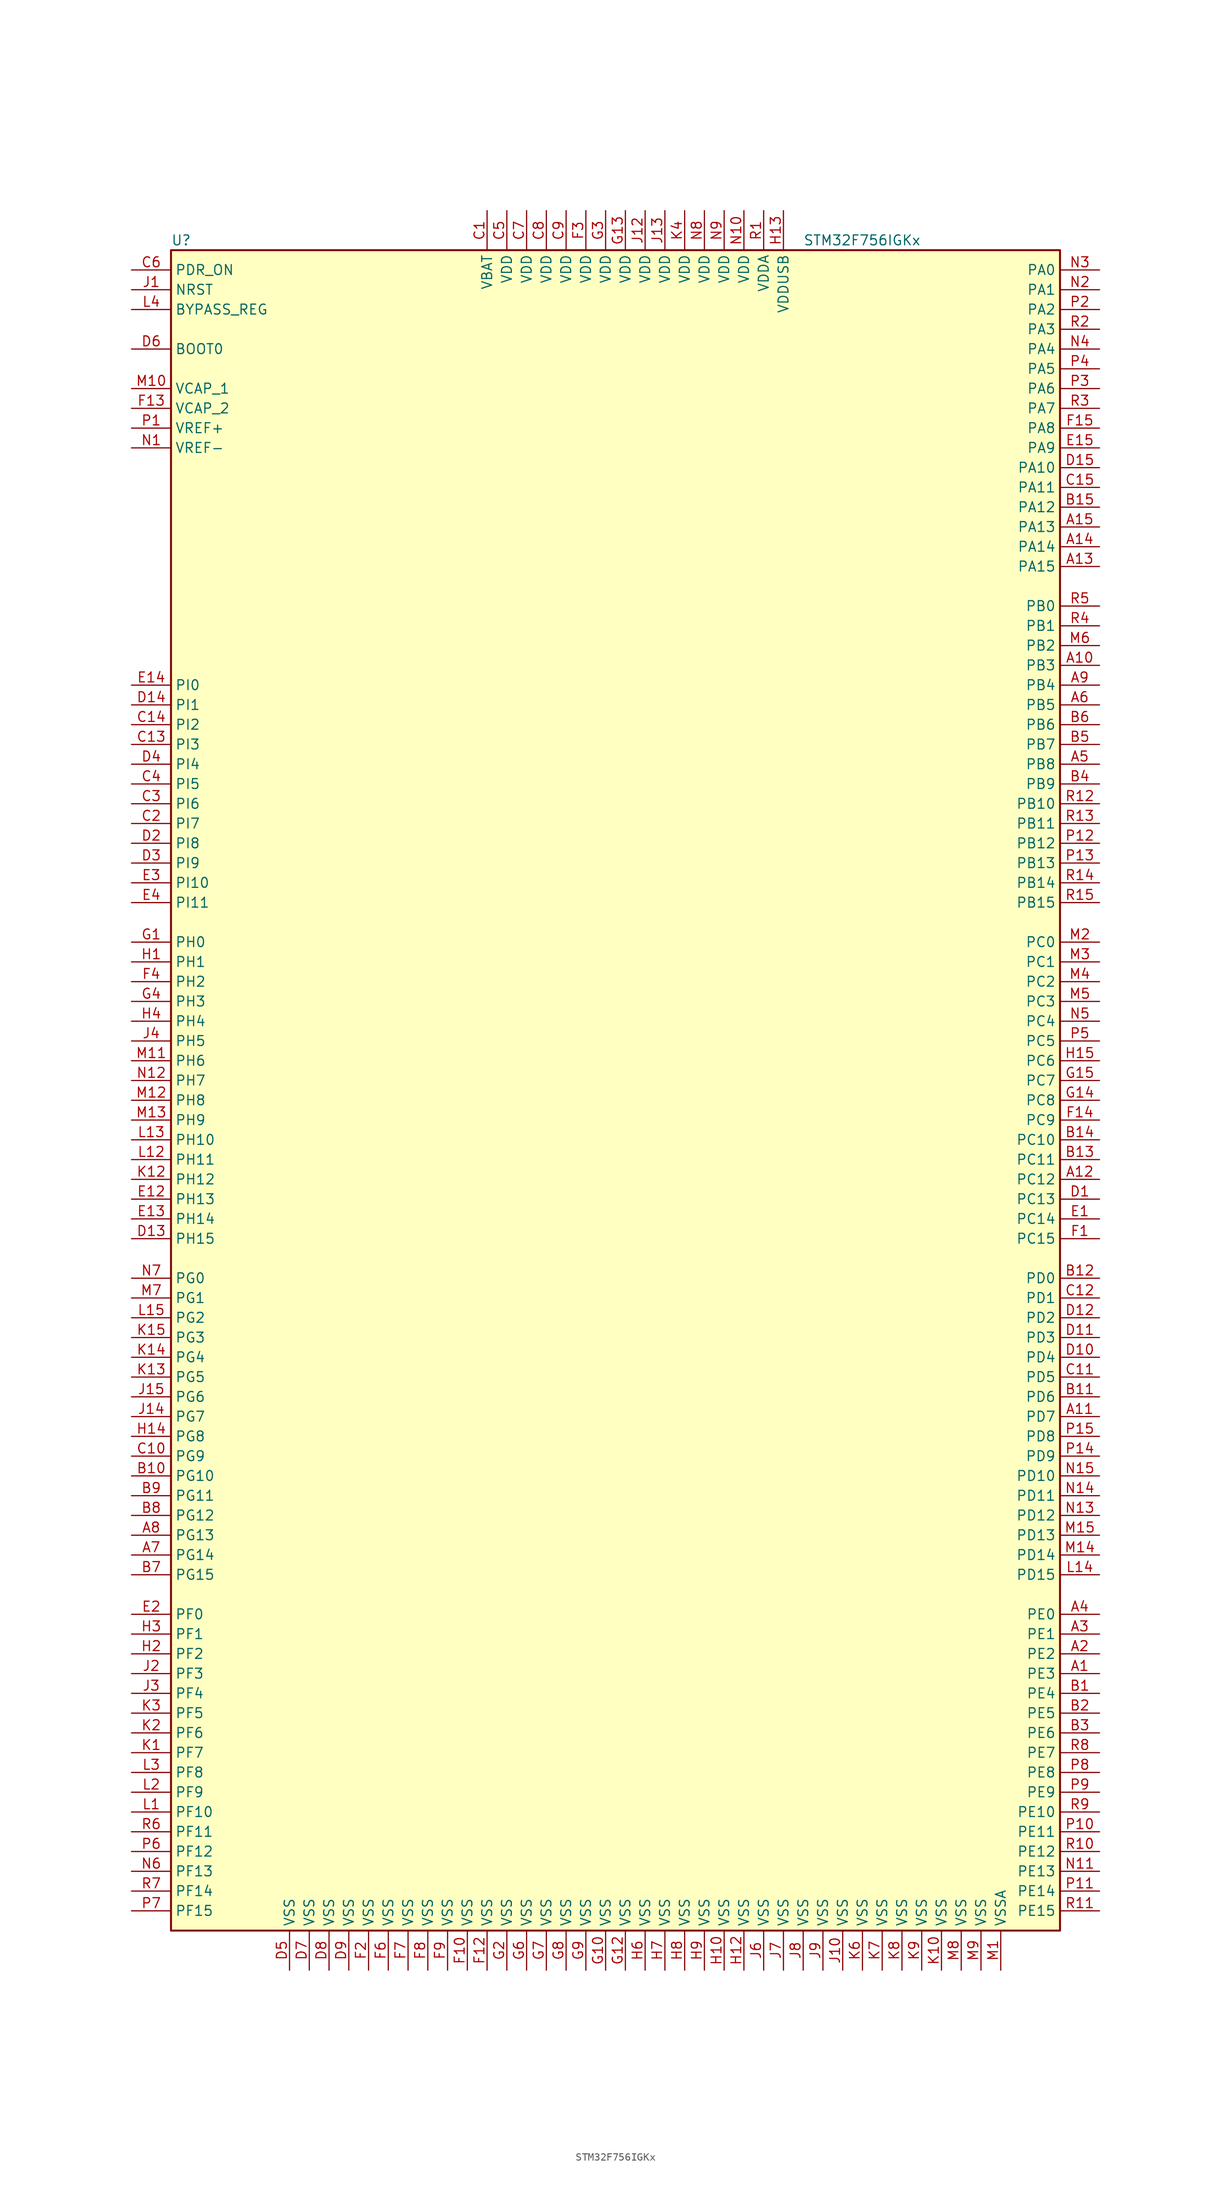
<source format=kicad_sym>
(kicad_symbol_lib
  (version 20220914)
  (generator kicad_symbol_editor)
  (symbol "STM32F756IGKx"
    (property "Reference" "U"
      (at -58.42 107.95 0)
      (effects (font (size 1.27 1.27)) (justify left)))
    (property "Value" "STM32F756IGKx"
      (at 22.86 107.95 0)
      (effects (font (size 1.27 1.27)) (justify left)))
    (symbol "STM32F756IGKx_0_1"
      (rectangle (start -58.42 -109.22) (end 55.88 106.68) (stroke (width 0.254) (type default)) (fill (type background))))
    (symbol "STM32F756IGKx_1_1"
      (pin bidirectional line (at 60.96 -76.2 180) (length 5.08) (name "PE3" (effects (font (size 1.27 1.27)))) (number "A1" (effects (font (size 1.27 1.27)))))
      (pin bidirectional line (at 60.96 53.34 180) (length 5.08) (name "PB3" (effects (font (size 1.27 1.27)))) (number "A10" (effects (font (size 1.27 1.27)))))
      (pin bidirectional line (at 60.96 -43.18 180) (length 5.08) (name "PD7" (effects (font (size 1.27 1.27)))) (number "A11" (effects (font (size 1.27 1.27)))))
      (pin bidirectional line (at 60.96 -12.7 180) (length 5.08) (name "PC12" (effects (font (size 1.27 1.27)))) (number "A12" (effects (font (size 1.27 1.27)))))
      (pin bidirectional line (at 60.96 66.04 180) (length 5.08) (name "PA15" (effects (font (size 1.27 1.27)))) (number "A13" (effects (font (size 1.27 1.27)))))
      (pin bidirectional line (at 60.96 68.58 180) (length 5.08) (name "PA14" (effects (font (size 1.27 1.27)))) (number "A14" (effects (font (size 1.27 1.27)))))
      (pin bidirectional line (at 60.96 71.12 180) (length 5.08) (name "PA13" (effects (font (size 1.27 1.27)))) (number "A15" (effects (font (size 1.27 1.27)))))
      (pin bidirectional line (at 60.96 -73.66 180) (length 5.08) (name "PE2" (effects (font (size 1.27 1.27)))) (number "A2" (effects (font (size 1.27 1.27)))))
      (pin bidirectional line (at 60.96 -71.12 180) (length 5.08) (name "PE1" (effects (font (size 1.27 1.27)))) (number "A3" (effects (font (size 1.27 1.27)))))
      (pin bidirectional line (at 60.96 -68.58 180) (length 5.08) (name "PE0" (effects (font (size 1.27 1.27)))) (number "A4" (effects (font (size 1.27 1.27)))))
      (pin bidirectional line (at 60.96 40.64 180) (length 5.08) (name "PB8" (effects (font (size 1.27 1.27)))) (number "A5" (effects (font (size 1.27 1.27)))))
      (pin bidirectional line (at 60.96 48.26 180) (length 5.08) (name "PB5" (effects (font (size 1.27 1.27)))) (number "A6" (effects (font (size 1.27 1.27)))))
      (pin bidirectional line (at -63.5 -60.96 0) (length 5.08) (name "PG14" (effects (font (size 1.27 1.27)))) (number "A7" (effects (font (size 1.27 1.27)))))
      (pin bidirectional line (at -63.5 -58.42 0) (length 5.08) (name "PG13" (effects (font (size 1.27 1.27)))) (number "A8" (effects (font (size 1.27 1.27)))))
      (pin bidirectional line (at 60.96 50.8 180) (length 5.08) (name "PB4" (effects (font (size 1.27 1.27)))) (number "A9" (effects (font (size 1.27 1.27)))))
      (pin bidirectional line (at 60.96 -78.74 180) (length 5.08) (name "PE4" (effects (font (size 1.27 1.27)))) (number "B1" (effects (font (size 1.27 1.27)))))
      (pin bidirectional line (at -63.5 -50.8 0) (length 5.08) (name "PG10" (effects (font (size 1.27 1.27)))) (number "B10" (effects (font (size 1.27 1.27)))))
      (pin bidirectional line (at 60.96 -40.64 180) (length 5.08) (name "PD6" (effects (font (size 1.27 1.27)))) (number "B11" (effects (font (size 1.27 1.27)))))
      (pin bidirectional line (at 60.96 -25.4 180) (length 5.08) (name "PD0" (effects (font (size 1.27 1.27)))) (number "B12" (effects (font (size 1.27 1.27)))))
      (pin bidirectional line (at 60.96 -10.16 180) (length 5.08) (name "PC11" (effects (font (size 1.27 1.27)))) (number "B13" (effects (font (size 1.27 1.27)))))
      (pin bidirectional line (at 60.96 -7.62 180) (length 5.08) (name "PC10" (effects (font (size 1.27 1.27)))) (number "B14" (effects (font (size 1.27 1.27)))))
      (pin bidirectional line (at 60.96 73.66 180) (length 5.08) (name "PA12" (effects (font (size 1.27 1.27)))) (number "B15" (effects (font (size 1.27 1.27)))))
      (pin bidirectional line (at 60.96 -81.28 180) (length 5.08) (name "PE5" (effects (font (size 1.27 1.27)))) (number "B2" (effects (font (size 1.27 1.27)))))
      (pin bidirectional line (at 60.96 -83.82 180) (length 5.08) (name "PE6" (effects (font (size 1.27 1.27)))) (number "B3" (effects (font (size 1.27 1.27)))))
      (pin bidirectional line (at 60.96 38.1 180) (length 5.08) (name "PB9" (effects (font (size 1.27 1.27)))) (number "B4" (effects (font (size 1.27 1.27)))))
      (pin bidirectional line (at 60.96 43.18 180) (length 5.08) (name "PB7" (effects (font (size 1.27 1.27)))) (number "B5" (effects (font (size 1.27 1.27)))))
      (pin bidirectional line (at 60.96 45.72 180) (length 5.08) (name "PB6" (effects (font (size 1.27 1.27)))) (number "B6" (effects (font (size 1.27 1.27)))))
      (pin bidirectional line (at -63.5 -63.5 0) (length 5.08) (name "PG15" (effects (font (size 1.27 1.27)))) (number "B7" (effects (font (size 1.27 1.27)))))
      (pin bidirectional line (at -63.5 -55.88 0) (length 5.08) (name "PG12" (effects (font (size 1.27 1.27)))) (number "B8" (effects (font (size 1.27 1.27)))))
      (pin bidirectional line (at -63.5 -53.34 0) (length 5.08) (name "PG11" (effects (font (size 1.27 1.27)))) (number "B9" (effects (font (size 1.27 1.27)))))
      (pin power_in line (at -17.78 111.76 270) (length 5.08) (name "VBAT" (effects (font (size 1.27 1.27)))) (number "C1" (effects (font (size 1.27 1.27)))))
      (pin bidirectional line (at -63.5 -48.26 0) (length 5.08) (name "PG9" (effects (font (size 1.27 1.27)))) (number "C10" (effects (font (size 1.27 1.27)))))
      (pin bidirectional line (at 60.96 -38.1 180) (length 5.08) (name "PD5" (effects (font (size 1.27 1.27)))) (number "C11" (effects (font (size 1.27 1.27)))))
      (pin bidirectional line (at 60.96 -27.94 180) (length 5.08) (name "PD1" (effects (font (size 1.27 1.27)))) (number "C12" (effects (font (size 1.27 1.27)))))
      (pin bidirectional line (at -63.5 43.18 0) (length 5.08) (name "PI3" (effects (font (size 1.27 1.27)))) (number "C13" (effects (font (size 1.27 1.27)))))
      (pin bidirectional line (at -63.5 45.72 0) (length 5.08) (name "PI2" (effects (font (size 1.27 1.27)))) (number "C14" (effects (font (size 1.27 1.27)))))
      (pin bidirectional line (at 60.96 76.2 180) (length 5.08) (name "PA11" (effects (font (size 1.27 1.27)))) (number "C15" (effects (font (size 1.27 1.27)))))
      (pin bidirectional line (at -63.5 33.02 0) (length 5.08) (name "PI7" (effects (font (size 1.27 1.27)))) (number "C2" (effects (font (size 1.27 1.27)))))
      (pin bidirectional line (at -63.5 35.56 0) (length 5.08) (name "PI6" (effects (font (size 1.27 1.27)))) (number "C3" (effects (font (size 1.27 1.27)))))
      (pin bidirectional line (at -63.5 38.1 0) (length 5.08) (name "PI5" (effects (font (size 1.27 1.27)))) (number "C4" (effects (font (size 1.27 1.27)))))
      (pin power_in line (at -15.24 111.76 270) (length 5.08) (name "VDD" (effects (font (size 1.27 1.27)))) (number "C5" (effects (font (size 1.27 1.27)))))
      (pin input line (at -63.5 104.14 0) (length 5.08) (name "PDR_ON" (effects (font (size 1.27 1.27)))) (number "C6" (effects (font (size 1.27 1.27)))))
      (pin power_in line (at -12.7 111.76 270) (length 5.08) (name "VDD" (effects (font (size 1.27 1.27)))) (number "C7" (effects (font (size 1.27 1.27)))))
      (pin power_in line (at -10.16 111.76 270) (length 5.08) (name "VDD" (effects (font (size 1.27 1.27)))) (number "C8" (effects (font (size 1.27 1.27)))))
      (pin power_in line (at -7.62 111.76 270) (length 5.08) (name "VDD" (effects (font (size 1.27 1.27)))) (number "C9" (effects (font (size 1.27 1.27)))))
      (pin bidirectional line (at 60.96 -15.24 180) (length 5.08) (name "PC13" (effects (font (size 1.27 1.27)))) (number "D1" (effects (font (size 1.27 1.27)))))
      (pin bidirectional line (at 60.96 -35.56 180) (length 5.08) (name "PD4" (effects (font (size 1.27 1.27)))) (number "D10" (effects (font (size 1.27 1.27)))))
      (pin bidirectional line (at 60.96 -33.02 180) (length 5.08) (name "PD3" (effects (font (size 1.27 1.27)))) (number "D11" (effects (font (size 1.27 1.27)))))
      (pin bidirectional line (at 60.96 -30.48 180) (length 5.08) (name "PD2" (effects (font (size 1.27 1.27)))) (number "D12" (effects (font (size 1.27 1.27)))))
      (pin bidirectional line (at -63.5 -20.32 0) (length 5.08) (name "PH15" (effects (font (size 1.27 1.27)))) (number "D13" (effects (font (size 1.27 1.27)))))
      (pin bidirectional line (at -63.5 48.26 0) (length 5.08) (name "PI1" (effects (font (size 1.27 1.27)))) (number "D14" (effects (font (size 1.27 1.27)))))
      (pin bidirectional line (at 60.96 78.74 180) (length 5.08) (name "PA10" (effects (font (size 1.27 1.27)))) (number "D15" (effects (font (size 1.27 1.27)))))
      (pin bidirectional line (at -63.5 30.48 0) (length 5.08) (name "PI8" (effects (font (size 1.27 1.27)))) (number "D2" (effects (font (size 1.27 1.27)))))
      (pin bidirectional line (at -63.5 27.94 0) (length 5.08) (name "PI9" (effects (font (size 1.27 1.27)))) (number "D3" (effects (font (size 1.27 1.27)))))
      (pin bidirectional line (at -63.5 40.64 0) (length 5.08) (name "PI4" (effects (font (size 1.27 1.27)))) (number "D4" (effects (font (size 1.27 1.27)))))
      (pin power_in line (at -43.18 -114.3 90) (length 5.08) (name "VSS" (effects (font (size 1.27 1.27)))) (number "D5" (effects (font (size 1.27 1.27)))))
      (pin input line (at -63.5 93.98 0) (length 5.08) (name "BOOT0" (effects (font (size 1.27 1.27)))) (number "D6" (effects (font (size 1.27 1.27)))))
      (pin power_in line (at -40.64 -114.3 90) (length 5.08) (name "VSS" (effects (font (size 1.27 1.27)))) (number "D7" (effects (font (size 1.27 1.27)))))
      (pin power_in line (at -38.1 -114.3 90) (length 5.08) (name "VSS" (effects (font (size 1.27 1.27)))) (number "D8" (effects (font (size 1.27 1.27)))))
      (pin power_in line (at -35.56 -114.3 90) (length 5.08) (name "VSS" (effects (font (size 1.27 1.27)))) (number "D9" (effects (font (size 1.27 1.27)))))
      (pin bidirectional line (at 60.96 -17.78 180) (length 5.08) (name "PC14" (effects (font (size 1.27 1.27)))) (number "E1" (effects (font (size 1.27 1.27)))))
      (pin bidirectional line (at -63.5 -15.24 0) (length 5.08) (name "PH13" (effects (font (size 1.27 1.27)))) (number "E12" (effects (font (size 1.27 1.27)))))
      (pin bidirectional line (at -63.5 -17.78 0) (length 5.08) (name "PH14" (effects (font (size 1.27 1.27)))) (number "E13" (effects (font (size 1.27 1.27)))))
      (pin bidirectional line (at -63.5 50.8 0) (length 5.08) (name "PI0" (effects (font (size 1.27 1.27)))) (number "E14" (effects (font (size 1.27 1.27)))))
      (pin bidirectional line (at 60.96 81.28 180) (length 5.08) (name "PA9" (effects (font (size 1.27 1.27)))) (number "E15" (effects (font (size 1.27 1.27)))))
      (pin bidirectional line (at -63.5 -68.58 0) (length 5.08) (name "PF0" (effects (font (size 1.27 1.27)))) (number "E2" (effects (font (size 1.27 1.27)))))
      (pin bidirectional line (at -63.5 25.4 0) (length 5.08) (name "PI10" (effects (font (size 1.27 1.27)))) (number "E3" (effects (font (size 1.27 1.27)))))
      (pin bidirectional line (at -63.5 22.86 0) (length 5.08) (name "PI11" (effects (font (size 1.27 1.27)))) (number "E4" (effects (font (size 1.27 1.27)))))
      (pin bidirectional line (at 60.96 -20.32 180) (length 5.08) (name "PC15" (effects (font (size 1.27 1.27)))) (number "F1" (effects (font (size 1.27 1.27)))))
      (pin power_in line (at -20.32 -114.3 90) (length 5.08) (name "VSS" (effects (font (size 1.27 1.27)))) (number "F10" (effects (font (size 1.27 1.27)))))
      (pin power_in line (at -17.78 -114.3 90) (length 5.08) (name "VSS" (effects (font (size 1.27 1.27)))) (number "F12" (effects (font (size 1.27 1.27)))))
      (pin power_in line (at -63.5 86.36 0) (length 5.08) (name "VCAP_2" (effects (font (size 1.27 1.27)))) (number "F13" (effects (font (size 1.27 1.27)))))
      (pin bidirectional line (at 60.96 -5.08 180) (length 5.08) (name "PC9" (effects (font (size 1.27 1.27)))) (number "F14" (effects (font (size 1.27 1.27)))))
      (pin bidirectional line (at 60.96 83.82 180) (length 5.08) (name "PA8" (effects (font (size 1.27 1.27)))) (number "F15" (effects (font (size 1.27 1.27)))))
      (pin power_in line (at -33.02 -114.3 90) (length 5.08) (name "VSS" (effects (font (size 1.27 1.27)))) (number "F2" (effects (font (size 1.27 1.27)))))
      (pin power_in line (at -5.08 111.76 270) (length 5.08) (name "VDD" (effects (font (size 1.27 1.27)))) (number "F3" (effects (font (size 1.27 1.27)))))
      (pin bidirectional line (at -63.5 12.7 0) (length 5.08) (name "PH2" (effects (font (size 1.27 1.27)))) (number "F4" (effects (font (size 1.27 1.27)))))
      (pin power_in line (at -30.48 -114.3 90) (length 5.08) (name "VSS" (effects (font (size 1.27 1.27)))) (number "F6" (effects (font (size 1.27 1.27)))))
      (pin power_in line (at -27.94 -114.3 90) (length 5.08) (name "VSS" (effects (font (size 1.27 1.27)))) (number "F7" (effects (font (size 1.27 1.27)))))
      (pin power_in line (at -25.4 -114.3 90) (length 5.08) (name "VSS" (effects (font (size 1.27 1.27)))) (number "F8" (effects (font (size 1.27 1.27)))))
      (pin power_in line (at -22.86 -114.3 90) (length 5.08) (name "VSS" (effects (font (size 1.27 1.27)))) (number "F9" (effects (font (size 1.27 1.27)))))
      (pin input line (at -63.5 17.78 0) (length 5.08) (name "PH0" (effects (font (size 1.27 1.27)))) (number "G1" (effects (font (size 1.27 1.27)))))
      (pin power_in line (at -2.54 -114.3 90) (length 5.08) (name "VSS" (effects (font (size 1.27 1.27)))) (number "G10" (effects (font (size 1.27 1.27)))))
      (pin power_in line (at 0 -114.3 90) (length 5.08) (name "VSS" (effects (font (size 1.27 1.27)))) (number "G12" (effects (font (size 1.27 1.27)))))
      (pin power_in line (at 0 111.76 270) (length 5.08) (name "VDD" (effects (font (size 1.27 1.27)))) (number "G13" (effects (font (size 1.27 1.27)))))
      (pin bidirectional line (at 60.96 -2.54 180) (length 5.08) (name "PC8" (effects (font (size 1.27 1.27)))) (number "G14" (effects (font (size 1.27 1.27)))))
      (pin bidirectional line (at 60.96 0 180) (length 5.08) (name "PC7" (effects (font (size 1.27 1.27)))) (number "G15" (effects (font (size 1.27 1.27)))))
      (pin power_in line (at -15.24 -114.3 90) (length 5.08) (name "VSS" (effects (font (size 1.27 1.27)))) (number "G2" (effects (font (size 1.27 1.27)))))
      (pin power_in line (at -2.54 111.76 270) (length 5.08) (name "VDD" (effects (font (size 1.27 1.27)))) (number "G3" (effects (font (size 1.27 1.27)))))
      (pin bidirectional line (at -63.5 10.16 0) (length 5.08) (name "PH3" (effects (font (size 1.27 1.27)))) (number "G4" (effects (font (size 1.27 1.27)))))
      (pin power_in line (at -12.7 -114.3 90) (length 5.08) (name "VSS" (effects (font (size 1.27 1.27)))) (number "G6" (effects (font (size 1.27 1.27)))))
      (pin power_in line (at -10.16 -114.3 90) (length 5.08) (name "VSS" (effects (font (size 1.27 1.27)))) (number "G7" (effects (font (size 1.27 1.27)))))
      (pin power_in line (at -7.62 -114.3 90) (length 5.08) (name "VSS" (effects (font (size 1.27 1.27)))) (number "G8" (effects (font (size 1.27 1.27)))))
      (pin power_in line (at -5.08 -114.3 90) (length 5.08) (name "VSS" (effects (font (size 1.27 1.27)))) (number "G9" (effects (font (size 1.27 1.27)))))
      (pin input line (at -63.5 15.24 0) (length 5.08) (name "PH1" (effects (font (size 1.27 1.27)))) (number "H1" (effects (font (size 1.27 1.27)))))
      (pin power_in line (at 12.7 -114.3 90) (length 5.08) (name "VSS" (effects (font (size 1.27 1.27)))) (number "H10" (effects (font (size 1.27 1.27)))))
      (pin power_in line (at 15.24 -114.3 90) (length 5.08) (name "VSS" (effects (font (size 1.27 1.27)))) (number "H12" (effects (font (size 1.27 1.27)))))
      (pin power_in line (at 20.32 111.76 270) (length 5.08) (name "VDDUSB" (effects (font (size 1.27 1.27)))) (number "H13" (effects (font (size 1.27 1.27)))))
      (pin bidirectional line (at -63.5 -45.72 0) (length 5.08) (name "PG8" (effects (font (size 1.27 1.27)))) (number "H14" (effects (font (size 1.27 1.27)))))
      (pin bidirectional line (at 60.96 2.54 180) (length 5.08) (name "PC6" (effects (font (size 1.27 1.27)))) (number "H15" (effects (font (size 1.27 1.27)))))
      (pin bidirectional line (at -63.5 -73.66 0) (length 5.08) (name "PF2" (effects (font (size 1.27 1.27)))) (number "H2" (effects (font (size 1.27 1.27)))))
      (pin bidirectional line (at -63.5 -71.12 0) (length 5.08) (name "PF1" (effects (font (size 1.27 1.27)))) (number "H3" (effects (font (size 1.27 1.27)))))
      (pin bidirectional line (at -63.5 7.62 0) (length 5.08) (name "PH4" (effects (font (size 1.27 1.27)))) (number "H4" (effects (font (size 1.27 1.27)))))
      (pin power_in line (at 2.54 -114.3 90) (length 5.08) (name "VSS" (effects (font (size 1.27 1.27)))) (number "H6" (effects (font (size 1.27 1.27)))))
      (pin power_in line (at 5.08 -114.3 90) (length 5.08) (name "VSS" (effects (font (size 1.27 1.27)))) (number "H7" (effects (font (size 1.27 1.27)))))
      (pin power_in line (at 7.62 -114.3 90) (length 5.08) (name "VSS" (effects (font (size 1.27 1.27)))) (number "H8" (effects (font (size 1.27 1.27)))))
      (pin power_in line (at 10.16 -114.3 90) (length 5.08) (name "VSS" (effects (font (size 1.27 1.27)))) (number "H9" (effects (font (size 1.27 1.27)))))
      (pin input line (at -63.5 101.6 0) (length 5.08) (name "NRST" (effects (font (size 1.27 1.27)))) (number "J1" (effects (font (size 1.27 1.27)))))
      (pin power_in line (at 27.94 -114.3 90) (length 5.08) (name "VSS" (effects (font (size 1.27 1.27)))) (number "J10" (effects (font (size 1.27 1.27)))))
      (pin power_in line (at 2.54 111.76 270) (length 5.08) (name "VDD" (effects (font (size 1.27 1.27)))) (number "J12" (effects (font (size 1.27 1.27)))))
      (pin power_in line (at 5.08 111.76 270) (length 5.08) (name "VDD" (effects (font (size 1.27 1.27)))) (number "J13" (effects (font (size 1.27 1.27)))))
      (pin bidirectional line (at -63.5 -43.18 0) (length 5.08) (name "PG7" (effects (font (size 1.27 1.27)))) (number "J14" (effects (font (size 1.27 1.27)))))
      (pin bidirectional line (at -63.5 -40.64 0) (length 5.08) (name "PG6" (effects (font (size 1.27 1.27)))) (number "J15" (effects (font (size 1.27 1.27)))))
      (pin bidirectional line (at -63.5 -76.2 0) (length 5.08) (name "PF3" (effects (font (size 1.27 1.27)))) (number "J2" (effects (font (size 1.27 1.27)))))
      (pin bidirectional line (at -63.5 -78.74 0) (length 5.08) (name "PF4" (effects (font (size 1.27 1.27)))) (number "J3" (effects (font (size 1.27 1.27)))))
      (pin bidirectional line (at -63.5 5.08 0) (length 5.08) (name "PH5" (effects (font (size 1.27 1.27)))) (number "J4" (effects (font (size 1.27 1.27)))))
      (pin power_in line (at 17.78 -114.3 90) (length 5.08) (name "VSS" (effects (font (size 1.27 1.27)))) (number "J6" (effects (font (size 1.27 1.27)))))
      (pin power_in line (at 20.32 -114.3 90) (length 5.08) (name "VSS" (effects (font (size 1.27 1.27)))) (number "J7" (effects (font (size 1.27 1.27)))))
      (pin power_in line (at 22.86 -114.3 90) (length 5.08) (name "VSS" (effects (font (size 1.27 1.27)))) (number "J8" (effects (font (size 1.27 1.27)))))
      (pin power_in line (at 25.4 -114.3 90) (length 5.08) (name "VSS" (effects (font (size 1.27 1.27)))) (number "J9" (effects (font (size 1.27 1.27)))))
      (pin bidirectional line (at -63.5 -86.36 0) (length 5.08) (name "PF7" (effects (font (size 1.27 1.27)))) (number "K1" (effects (font (size 1.27 1.27)))))
      (pin power_in line (at 40.64 -114.3 90) (length 5.08) (name "VSS" (effects (font (size 1.27 1.27)))) (number "K10" (effects (font (size 1.27 1.27)))))
      (pin bidirectional line (at -63.5 -12.7 0) (length 5.08) (name "PH12" (effects (font (size 1.27 1.27)))) (number "K12" (effects (font (size 1.27 1.27)))))
      (pin bidirectional line (at -63.5 -38.1 0) (length 5.08) (name "PG5" (effects (font (size 1.27 1.27)))) (number "K13" (effects (font (size 1.27 1.27)))))
      (pin bidirectional line (at -63.5 -35.56 0) (length 5.08) (name "PG4" (effects (font (size 1.27 1.27)))) (number "K14" (effects (font (size 1.27 1.27)))))
      (pin bidirectional line (at -63.5 -33.02 0) (length 5.08) (name "PG3" (effects (font (size 1.27 1.27)))) (number "K15" (effects (font (size 1.27 1.27)))))
      (pin bidirectional line (at -63.5 -83.82 0) (length 5.08) (name "PF6" (effects (font (size 1.27 1.27)))) (number "K2" (effects (font (size 1.27 1.27)))))
      (pin bidirectional line (at -63.5 -81.28 0) (length 5.08) (name "PF5" (effects (font (size 1.27 1.27)))) (number "K3" (effects (font (size 1.27 1.27)))))
      (pin power_in line (at 7.62 111.76 270) (length 5.08) (name "VDD" (effects (font (size 1.27 1.27)))) (number "K4" (effects (font (size 1.27 1.27)))))
      (pin power_in line (at 30.48 -114.3 90) (length 5.08) (name "VSS" (effects (font (size 1.27 1.27)))) (number "K6" (effects (font (size 1.27 1.27)))))
      (pin power_in line (at 33.02 -114.3 90) (length 5.08) (name "VSS" (effects (font (size 1.27 1.27)))) (number "K7" (effects (font (size 1.27 1.27)))))
      (pin power_in line (at 35.56 -114.3 90) (length 5.08) (name "VSS" (effects (font (size 1.27 1.27)))) (number "K8" (effects (font (size 1.27 1.27)))))
      (pin power_in line (at 38.1 -114.3 90) (length 5.08) (name "VSS" (effects (font (size 1.27 1.27)))) (number "K9" (effects (font (size 1.27 1.27)))))
      (pin bidirectional line (at -63.5 -93.98 0) (length 5.08) (name "PF10" (effects (font (size 1.27 1.27)))) (number "L1" (effects (font (size 1.27 1.27)))))
      (pin bidirectional line (at -63.5 -10.16 0) (length 5.08) (name "PH11" (effects (font (size 1.27 1.27)))) (number "L12" (effects (font (size 1.27 1.27)))))
      (pin bidirectional line (at -63.5 -7.62 0) (length 5.08) (name "PH10" (effects (font (size 1.27 1.27)))) (number "L13" (effects (font (size 1.27 1.27)))))
      (pin bidirectional line (at 60.96 -63.5 180) (length 5.08) (name "PD15" (effects (font (size 1.27 1.27)))) (number "L14" (effects (font (size 1.27 1.27)))))
      (pin bidirectional line (at -63.5 -30.48 0) (length 5.08) (name "PG2" (effects (font (size 1.27 1.27)))) (number "L15" (effects (font (size 1.27 1.27)))))
      (pin bidirectional line (at -63.5 -91.44 0) (length 5.08) (name "PF9" (effects (font (size 1.27 1.27)))) (number "L2" (effects (font (size 1.27 1.27)))))
      (pin bidirectional line (at -63.5 -88.9 0) (length 5.08) (name "PF8" (effects (font (size 1.27 1.27)))) (number "L3" (effects (font (size 1.27 1.27)))))
      (pin input line (at -63.5 99.06 0) (length 5.08) (name "BYPASS_REG" (effects (font (size 1.27 1.27)))) (number "L4" (effects (font (size 1.27 1.27)))))
      (pin power_in line (at 48.26 -114.3 90) (length 5.08) (name "VSSA" (effects (font (size 1.27 1.27)))) (number "M1" (effects (font (size 1.27 1.27)))))
      (pin power_in line (at -63.5 88.9 0) (length 5.08) (name "VCAP_1" (effects (font (size 1.27 1.27)))) (number "M10" (effects (font (size 1.27 1.27)))))
      (pin bidirectional line (at -63.5 2.54 0) (length 5.08) (name "PH6" (effects (font (size 1.27 1.27)))) (number "M11" (effects (font (size 1.27 1.27)))))
      (pin bidirectional line (at -63.5 -2.54 0) (length 5.08) (name "PH8" (effects (font (size 1.27 1.27)))) (number "M12" (effects (font (size 1.27 1.27)))))
      (pin bidirectional line (at -63.5 -5.08 0) (length 5.08) (name "PH9" (effects (font (size 1.27 1.27)))) (number "M13" (effects (font (size 1.27 1.27)))))
      (pin bidirectional line (at 60.96 -60.96 180) (length 5.08) (name "PD14" (effects (font (size 1.27 1.27)))) (number "M14" (effects (font (size 1.27 1.27)))))
      (pin bidirectional line (at 60.96 -58.42 180) (length 5.08) (name "PD13" (effects (font (size 1.27 1.27)))) (number "M15" (effects (font (size 1.27 1.27)))))
      (pin bidirectional line (at 60.96 17.78 180) (length 5.08) (name "PC0" (effects (font (size 1.27 1.27)))) (number "M2" (effects (font (size 1.27 1.27)))))
      (pin bidirectional line (at 60.96 15.24 180) (length 5.08) (name "PC1" (effects (font (size 1.27 1.27)))) (number "M3" (effects (font (size 1.27 1.27)))))
      (pin bidirectional line (at 60.96 12.7 180) (length 5.08) (name "PC2" (effects (font (size 1.27 1.27)))) (number "M4" (effects (font (size 1.27 1.27)))))
      (pin bidirectional line (at 60.96 10.16 180) (length 5.08) (name "PC3" (effects (font (size 1.27 1.27)))) (number "M5" (effects (font (size 1.27 1.27)))))
      (pin bidirectional line (at 60.96 55.88 180) (length 5.08) (name "PB2" (effects (font (size 1.27 1.27)))) (number "M6" (effects (font (size 1.27 1.27)))))
      (pin bidirectional line (at -63.5 -27.94 0) (length 5.08) (name "PG1" (effects (font (size 1.27 1.27)))) (number "M7" (effects (font (size 1.27 1.27)))))
      (pin power_in line (at 43.18 -114.3 90) (length 5.08) (name "VSS" (effects (font (size 1.27 1.27)))) (number "M8" (effects (font (size 1.27 1.27)))))
      (pin power_in line (at 45.72 -114.3 90) (length 5.08) (name "VSS" (effects (font (size 1.27 1.27)))) (number "M9" (effects (font (size 1.27 1.27)))))
      (pin power_in line (at -63.5 81.28 0) (length 5.08) (name "VREF-" (effects (font (size 1.27 1.27)))) (number "N1" (effects (font (size 1.27 1.27)))))
      (pin power_in line (at 15.24 111.76 270) (length 5.08) (name "VDD" (effects (font (size 1.27 1.27)))) (number "N10" (effects (font (size 1.27 1.27)))))
      (pin bidirectional line (at 60.96 -101.6 180) (length 5.08) (name "PE13" (effects (font (size 1.27 1.27)))) (number "N11" (effects (font (size 1.27 1.27)))))
      (pin bidirectional line (at -63.5 0 0) (length 5.08) (name "PH7" (effects (font (size 1.27 1.27)))) (number "N12" (effects (font (size 1.27 1.27)))))
      (pin bidirectional line (at 60.96 -55.88 180) (length 5.08) (name "PD12" (effects (font (size 1.27 1.27)))) (number "N13" (effects (font (size 1.27 1.27)))))
      (pin bidirectional line (at 60.96 -53.34 180) (length 5.08) (name "PD11" (effects (font (size 1.27 1.27)))) (number "N14" (effects (font (size 1.27 1.27)))))
      (pin bidirectional line (at 60.96 -50.8 180) (length 5.08) (name "PD10" (effects (font (size 1.27 1.27)))) (number "N15" (effects (font (size 1.27 1.27)))))
      (pin bidirectional line (at 60.96 101.6 180) (length 5.08) (name "PA1" (effects (font (size 1.27 1.27)))) (number "N2" (effects (font (size 1.27 1.27)))))
      (pin bidirectional line (at 60.96 104.14 180) (length 5.08) (name "PA0" (effects (font (size 1.27 1.27)))) (number "N3" (effects (font (size 1.27 1.27)))))
      (pin bidirectional line (at 60.96 93.98 180) (length 5.08) (name "PA4" (effects (font (size 1.27 1.27)))) (number "N4" (effects (font (size 1.27 1.27)))))
      (pin bidirectional line (at 60.96 7.62 180) (length 5.08) (name "PC4" (effects (font (size 1.27 1.27)))) (number "N5" (effects (font (size 1.27 1.27)))))
      (pin bidirectional line (at -63.5 -101.6 0) (length 5.08) (name "PF13" (effects (font (size 1.27 1.27)))) (number "N6" (effects (font (size 1.27 1.27)))))
      (pin bidirectional line (at -63.5 -25.4 0) (length 5.08) (name "PG0" (effects (font (size 1.27 1.27)))) (number "N7" (effects (font (size 1.27 1.27)))))
      (pin power_in line (at 10.16 111.76 270) (length 5.08) (name "VDD" (effects (font (size 1.27 1.27)))) (number "N8" (effects (font (size 1.27 1.27)))))
      (pin power_in line (at 12.7 111.76 270) (length 5.08) (name "VDD" (effects (font (size 1.27 1.27)))) (number "N9" (effects (font (size 1.27 1.27)))))
      (pin power_in line (at -63.5 83.82 0) (length 5.08) (name "VREF+" (effects (font (size 1.27 1.27)))) (number "P1" (effects (font (size 1.27 1.27)))))
      (pin bidirectional line (at 60.96 -96.52 180) (length 5.08) (name "PE11" (effects (font (size 1.27 1.27)))) (number "P10" (effects (font (size 1.27 1.27)))))
      (pin bidirectional line (at 60.96 -104.14 180) (length 5.08) (name "PE14" (effects (font (size 1.27 1.27)))) (number "P11" (effects (font (size 1.27 1.27)))))
      (pin bidirectional line (at 60.96 30.48 180) (length 5.08) (name "PB12" (effects (font (size 1.27 1.27)))) (number "P12" (effects (font (size 1.27 1.27)))))
      (pin bidirectional line (at 60.96 27.94 180) (length 5.08) (name "PB13" (effects (font (size 1.27 1.27)))) (number "P13" (effects (font (size 1.27 1.27)))))
      (pin bidirectional line (at 60.96 -48.26 180) (length 5.08) (name "PD9" (effects (font (size 1.27 1.27)))) (number "P14" (effects (font (size 1.27 1.27)))))
      (pin bidirectional line (at 60.96 -45.72 180) (length 5.08) (name "PD8" (effects (font (size 1.27 1.27)))) (number "P15" (effects (font (size 1.27 1.27)))))
      (pin bidirectional line (at 60.96 99.06 180) (length 5.08) (name "PA2" (effects (font (size 1.27 1.27)))) (number "P2" (effects (font (size 1.27 1.27)))))
      (pin bidirectional line (at 60.96 88.9 180) (length 5.08) (name "PA6" (effects (font (size 1.27 1.27)))) (number "P3" (effects (font (size 1.27 1.27)))))
      (pin bidirectional line (at 60.96 91.44 180) (length 5.08) (name "PA5" (effects (font (size 1.27 1.27)))) (number "P4" (effects (font (size 1.27 1.27)))))
      (pin bidirectional line (at 60.96 5.08 180) (length 5.08) (name "PC5" (effects (font (size 1.27 1.27)))) (number "P5" (effects (font (size 1.27 1.27)))))
      (pin bidirectional line (at -63.5 -99.06 0) (length 5.08) (name "PF12" (effects (font (size 1.27 1.27)))) (number "P6" (effects (font (size 1.27 1.27)))))
      (pin bidirectional line (at -63.5 -106.68 0) (length 5.08) (name "PF15" (effects (font (size 1.27 1.27)))) (number "P7" (effects (font (size 1.27 1.27)))))
      (pin bidirectional line (at 60.96 -88.9 180) (length 5.08) (name "PE8" (effects (font (size 1.27 1.27)))) (number "P8" (effects (font (size 1.27 1.27)))))
      (pin bidirectional line (at 60.96 -91.44 180) (length 5.08) (name "PE9" (effects (font (size 1.27 1.27)))) (number "P9" (effects (font (size 1.27 1.27)))))
      (pin power_in line (at 17.78 111.76 270) (length 5.08) (name "VDDA" (effects (font (size 1.27 1.27)))) (number "R1" (effects (font (size 1.27 1.27)))))
      (pin bidirectional line (at 60.96 -99.06 180) (length 5.08) (name "PE12" (effects (font (size 1.27 1.27)))) (number "R10" (effects (font (size 1.27 1.27)))))
      (pin bidirectional line (at 60.96 -106.68 180) (length 5.08) (name "PE15" (effects (font (size 1.27 1.27)))) (number "R11" (effects (font (size 1.27 1.27)))))
      (pin bidirectional line (at 60.96 35.56 180) (length 5.08) (name "PB10" (effects (font (size 1.27 1.27)))) (number "R12" (effects (font (size 1.27 1.27)))))
      (pin bidirectional line (at 60.96 33.02 180) (length 5.08) (name "PB11" (effects (font (size 1.27 1.27)))) (number "R13" (effects (font (size 1.27 1.27)))))
      (pin bidirectional line (at 60.96 25.4 180) (length 5.08) (name "PB14" (effects (font (size 1.27 1.27)))) (number "R14" (effects (font (size 1.27 1.27)))))
      (pin bidirectional line (at 60.96 22.86 180) (length 5.08) (name "PB15" (effects (font (size 1.27 1.27)))) (number "R15" (effects (font (size 1.27 1.27)))))
      (pin bidirectional line (at 60.96 96.52 180) (length 5.08) (name "PA3" (effects (font (size 1.27 1.27)))) (number "R2" (effects (font (size 1.27 1.27)))))
      (pin bidirectional line (at 60.96 86.36 180) (length 5.08) (name "PA7" (effects (font (size 1.27 1.27)))) (number "R3" (effects (font (size 1.27 1.27)))))
      (pin bidirectional line (at 60.96 58.42 180) (length 5.08) (name "PB1" (effects (font (size 1.27 1.27)))) (number "R4" (effects (font (size 1.27 1.27)))))
      (pin bidirectional line (at 60.96 60.96 180) (length 5.08) (name "PB0" (effects (font (size 1.27 1.27)))) (number "R5" (effects (font (size 1.27 1.27)))))
      (pin bidirectional line (at -63.5 -96.52 0) (length 5.08) (name "PF11" (effects (font (size 1.27 1.27)))) (number "R6" (effects (font (size 1.27 1.27)))))
      (pin bidirectional line (at -63.5 -104.14 0) (length 5.08) (name "PF14" (effects (font (size 1.27 1.27)))) (number "R7" (effects (font (size 1.27 1.27)))))
      (pin bidirectional line (at 60.96 -86.36 180) (length 5.08) (name "PE7" (effects (font (size 1.27 1.27)))) (number "R8" (effects (font (size 1.27 1.27)))))
      (pin bidirectional line (at 60.96 -93.98 180) (length 5.08) (name "PE10" (effects (font (size 1.27 1.27)))) (number "R9" (effects (font (size 1.27 1.27))))))))
</source>
